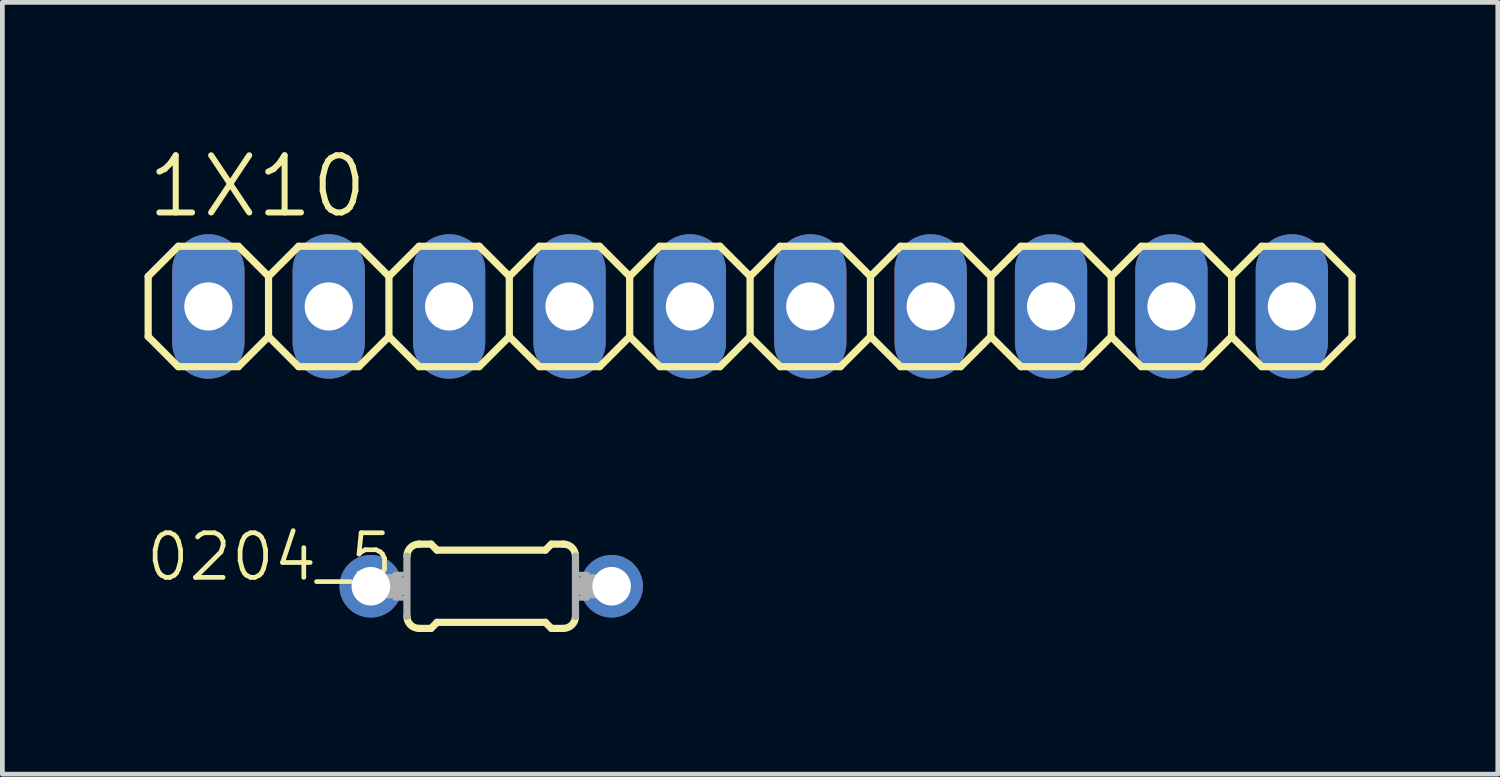
<source format=kicad_pcb>
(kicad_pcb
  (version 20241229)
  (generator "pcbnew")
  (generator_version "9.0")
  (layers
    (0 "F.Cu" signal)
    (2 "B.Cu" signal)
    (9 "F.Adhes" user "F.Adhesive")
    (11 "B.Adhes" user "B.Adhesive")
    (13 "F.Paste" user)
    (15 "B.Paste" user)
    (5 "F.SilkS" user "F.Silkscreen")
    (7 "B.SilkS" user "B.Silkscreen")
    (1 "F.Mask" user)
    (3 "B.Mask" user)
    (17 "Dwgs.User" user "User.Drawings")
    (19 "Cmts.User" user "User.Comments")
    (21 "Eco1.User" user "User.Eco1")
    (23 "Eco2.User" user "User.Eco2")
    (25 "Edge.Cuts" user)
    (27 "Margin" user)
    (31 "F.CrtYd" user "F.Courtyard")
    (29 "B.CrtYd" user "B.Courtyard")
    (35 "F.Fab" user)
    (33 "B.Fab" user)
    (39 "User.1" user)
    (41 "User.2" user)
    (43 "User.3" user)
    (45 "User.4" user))
  (footprint "1X10"
    (layer "F.Cu")
    (at 12.776 3.416)
    (property "Reference" "1X10" (at -12.776 -1.829 0) (layer "F.SilkS") (effects (font (size 1.206 1.206) (thickness 0.127)) (justify left bottom)))
    (attr through_hole)
    (fp_line (start -12.7 -0.635) (end -12.7 0.635) (stroke (width 0.152) (type solid)) (layer "F.SilkS"))
    (fp_line (start -12.7 0.635) (end -12.065 1.27) (stroke (width 0.152) (type solid)) (layer "F.SilkS"))
    (fp_line (start -12.065 -1.27) (end -12.7 -0.635) (stroke (width 0.152) (type solid)) (layer "F.SilkS"))
    (fp_line (start -12.065 -1.27) (end -10.795 -1.27) (stroke (width 0.152) (type solid)) (layer "F.SilkS"))
    (fp_line (start -10.795 -1.27) (end -10.16 -0.635) (stroke (width 0.152) (type solid)) (layer "F.SilkS"))
    (fp_line (start -10.795 1.27) (end -12.065 1.27) (stroke (width 0.152) (type solid)) (layer "F.SilkS"))
    (fp_line (start -10.16 -0.635) (end -10.16 0.635) (stroke (width 0.152) (type solid)) (layer "F.SilkS"))
    (fp_line (start -10.16 -0.635) (end -9.525 -1.27) (stroke (width 0.152) (type solid)) (layer "F.SilkS"))
    (fp_line (start -10.16 0.635) (end -10.795 1.27) (stroke (width 0.152) (type solid)) (layer "F.SilkS"))
    (fp_line (start -9.525 -1.27) (end -8.255 -1.27) (stroke (width 0.152) (type solid)) (layer "F.SilkS"))
    (fp_line (start -9.525 1.27) (end -10.16 0.635) (stroke (width 0.152) (type solid)) (layer "F.SilkS"))
    (fp_line (start -8.255 -1.27) (end -7.62 -0.635) (stroke (width 0.152) (type solid)) (layer "F.SilkS"))
    (fp_line (start -8.255 1.27) (end -9.525 1.27) (stroke (width 0.152) (type solid)) (layer "F.SilkS"))
    (fp_line (start -7.62 -0.635) (end -7.62 0.635) (stroke (width 0.152) (type solid)) (layer "F.SilkS"))
    (fp_line (start -7.62 -0.635) (end -6.985 -1.27) (stroke (width 0.152) (type solid)) (layer "F.SilkS"))
    (fp_line (start -7.62 0.635) (end -8.255 1.27) (stroke (width 0.152) (type solid)) (layer "F.SilkS"))
    (fp_line (start -6.985 -1.27) (end -5.715 -1.27) (stroke (width 0.152) (type solid)) (layer "F.SilkS"))
    (fp_line (start -6.985 1.27) (end -7.62 0.635) (stroke (width 0.152) (type solid)) (layer "F.SilkS"))
    (fp_line (start -5.715 -1.27) (end -5.08 -0.635) (stroke (width 0.152) (type solid)) (layer "F.SilkS"))
    (fp_line (start -5.715 1.27) (end -6.985 1.27) (stroke (width 0.152) (type solid)) (layer "F.SilkS"))
    (fp_line (start -5.08 -0.635) (end -5.08 0.635) (stroke (width 0.152) (type solid)) (layer "F.SilkS"))
    (fp_line (start -5.08 0.635) (end -5.715 1.27) (stroke (width 0.152) (type solid)) (layer "F.SilkS"))
    (fp_line (start -5.08 0.635) (end -4.445 1.27) (stroke (width 0.152) (type solid)) (layer "F.SilkS"))
    (fp_line (start -4.445 -1.27) (end -5.08 -0.635) (stroke (width 0.152) (type solid)) (layer "F.SilkS"))
    (fp_line (start -4.445 -1.27) (end -3.175 -1.27) (stroke (width 0.152) (type solid)) (layer "F.SilkS"))
    (fp_line (start -3.175 -1.27) (end -2.54 -0.635) (stroke (width 0.152) (type solid)) (layer "F.SilkS"))
    (fp_line (start -3.175 1.27) (end -4.445 1.27) (stroke (width 0.152) (type solid)) (layer "F.SilkS"))
    (fp_line (start -2.54 -0.635) (end -2.54 0.635) (stroke (width 0.152) (type solid)) (layer "F.SilkS"))
    (fp_line (start -2.54 -0.635) (end -1.905 -1.27) (stroke (width 0.152) (type solid)) (layer "F.SilkS"))
    (fp_line (start -2.54 0.635) (end -3.175 1.27) (stroke (width 0.152) (type solid)) (layer "F.SilkS"))
    (fp_line (start -1.905 -1.27) (end -0.635 -1.27) (stroke (width 0.152) (type solid)) (layer "F.SilkS"))
    (fp_line (start -1.905 1.27) (end -2.54 0.635) (stroke (width 0.152) (type solid)) (layer "F.SilkS"))
    (fp_line (start -0.635 -1.27) (end 0 -0.635) (stroke (width 0.152) (type solid)) (layer "F.SilkS"))
    (fp_line (start -0.635 1.27) (end -1.905 1.27) (stroke (width 0.152) (type solid)) (layer "F.SilkS"))
    (fp_line (start 0 -0.635) (end 0 0.635) (stroke (width 0.152) (type solid)) (layer "F.SilkS"))
    (fp_line (start 0 -0.635) (end 0.635 -1.27) (stroke (width 0.152) (type solid)) (layer "F.SilkS"))
    (fp_line (start 0 0.635) (end -0.635 1.27) (stroke (width 0.152) (type solid)) (layer "F.SilkS"))
    (fp_line (start 0.635 -1.27) (end 1.905 -1.27) (stroke (width 0.152) (type solid)) (layer "F.SilkS"))
    (fp_line (start 0.635 1.27) (end 0 0.635) (stroke (width 0.152) (type solid)) (layer "F.SilkS"))
    (fp_line (start 1.905 -1.27) (end 2.54 -0.635) (stroke (width 0.152) (type solid)) (layer "F.SilkS"))
    (fp_line (start 1.905 1.27) (end 0.635 1.27) (stroke (width 0.152) (type solid)) (layer "F.SilkS"))
    (fp_line (start 2.54 -0.635) (end 2.54 0.635) (stroke (width 0.152) (type solid)) (layer "F.SilkS"))
    (fp_line (start 2.54 0.635) (end 1.905 1.27) (stroke (width 0.152) (type solid)) (layer "F.SilkS"))
    (fp_line (start 2.54 0.635) (end 3.175 1.27) (stroke (width 0.152) (type solid)) (layer "F.SilkS"))
    (fp_line (start 3.175 -1.27) (end 2.54 -0.635) (stroke (width 0.152) (type solid)) (layer "F.SilkS"))
    (fp_line (start 3.175 -1.27) (end 4.445 -1.27) (stroke (width 0.152) (type solid)) (layer "F.SilkS"))
    (fp_line (start 4.445 -1.27) (end 5.08 -0.635) (stroke (width 0.152) (type solid)) (layer "F.SilkS"))
    (fp_line (start 4.445 1.27) (end 3.175 1.27) (stroke (width 0.152) (type solid)) (layer "F.SilkS"))
    (fp_line (start 5.08 -0.635) (end 5.08 0.635) (stroke (width 0.152) (type solid)) (layer "F.SilkS"))
    (fp_line (start 5.08 -0.635) (end 5.715 -1.27) (stroke (width 0.152) (type solid)) (layer "F.SilkS"))
    (fp_line (start 5.08 0.635) (end 4.445 1.27) (stroke (width 0.152) (type solid)) (layer "F.SilkS"))
    (fp_line (start 5.715 -1.27) (end 6.985 -1.27) (stroke (width 0.152) (type solid)) (layer "F.SilkS"))
    (fp_line (start 5.715 1.27) (end 5.08 0.635) (stroke (width 0.152) (type solid)) (layer "F.SilkS"))
    (fp_line (start 6.985 -1.27) (end 7.62 -0.635) (stroke (width 0.152) (type solid)) (layer "F.SilkS"))
    (fp_line (start 6.985 1.27) (end 5.715 1.27) (stroke (width 0.152) (type solid)) (layer "F.SilkS"))
    (fp_line (start 7.62 -0.635) (end 7.62 0.635) (stroke (width 0.152) (type solid)) (layer "F.SilkS"))
    (fp_line (start 7.62 -0.635) (end 8.255 -1.27) (stroke (width 0.152) (type solid)) (layer "F.SilkS"))
    (fp_line (start 7.62 0.635) (end 6.985 1.27) (stroke (width 0.152) (type solid)) (layer "F.SilkS"))
    (fp_line (start 8.255 -1.27) (end 9.525 -1.27) (stroke (width 0.152) (type solid)) (layer "F.SilkS"))
    (fp_line (start 8.255 1.27) (end 7.62 0.635) (stroke (width 0.152) (type solid)) (layer "F.SilkS"))
    (fp_line (start 9.525 -1.27) (end 10.16 -0.635) (stroke (width 0.152) (type solid)) (layer "F.SilkS"))
    (fp_line (start 9.525 1.27) (end 8.255 1.27) (stroke (width 0.152) (type solid)) (layer "F.SilkS"))
    (fp_line (start 10.16 -0.635) (end 10.16 0.635) (stroke (width 0.152) (type solid)) (layer "F.SilkS"))
    (fp_line (start 10.16 0.635) (end 9.525 1.27) (stroke (width 0.152) (type solid)) (layer "F.SilkS"))
    (fp_line (start 10.16 0.635) (end 10.795 1.27) (stroke (width 0.152) (type solid)) (layer "F.SilkS"))
    (fp_line (start 10.795 -1.27) (end 10.16 -0.635) (stroke (width 0.152) (type solid)) (layer "F.SilkS"))
    (fp_line (start 10.795 -1.27) (end 12.065 -1.27) (stroke (width 0.152) (type solid)) (layer "F.SilkS"))
    (fp_line (start 12.065 -1.27) (end 12.7 -0.635) (stroke (width 0.152) (type solid)) (layer "F.SilkS"))
    (fp_line (start 12.065 1.27) (end 10.795 1.27) (stroke (width 0.152) (type solid)) (layer "F.SilkS"))
    (fp_line (start 12.7 -0.635) (end 12.7 0.635) (stroke (width 0.152) (type solid)) (layer "F.SilkS"))
    (fp_line (start 12.7 0.635) (end 12.065 1.27) (stroke (width 0.152) (type solid)) (layer "F.SilkS"))
    (fp_poly (pts (xy -11.684 0.254) (xy -11.176 0.254) (xy -11.176 -0.254) (xy -11.684 -0.254)) (stroke (width 0.1) (type solid)) (fill no) (layer "F.Fab"))
    (fp_poly (pts (xy -9.144 0.254) (xy -8.636 0.254) (xy -8.636 -0.254) (xy -9.144 -0.254)) (stroke (width 0.1) (type solid)) (fill no) (layer "F.Fab"))
    (fp_poly (pts (xy -6.604 0.254) (xy -6.096 0.254) (xy -6.096 -0.254) (xy -6.604 -0.254)) (stroke (width 0.1) (type solid)) (fill no) (layer "F.Fab"))
    (fp_poly (pts (xy -4.064 0.254) (xy -3.556 0.254) (xy -3.556 -0.254) (xy -4.064 -0.254)) (stroke (width 0.1) (type solid)) (fill no) (layer "F.Fab"))
    (fp_poly (pts (xy -1.524 0.254) (xy -1.016 0.254) (xy -1.016 -0.254) (xy -1.524 -0.254)) (stroke (width 0.1) (type solid)) (fill no) (layer "F.Fab"))
    (fp_poly (pts (xy 1.016 0.254) (xy 1.524 0.254) (xy 1.524 -0.254) (xy 1.016 -0.254)) (stroke (width 0.1) (type solid)) (fill no) (layer "F.Fab"))
    (fp_poly (pts (xy 3.556 0.254) (xy 4.064 0.254) (xy 4.064 -0.254) (xy 3.556 -0.254)) (stroke (width 0.1) (type solid)) (fill no) (layer "F.Fab"))
    (fp_poly (pts (xy 6.096 0.254) (xy 6.604 0.254) (xy 6.604 -0.254) (xy 6.096 -0.254)) (stroke (width 0.1) (type solid)) (fill no) (layer "F.Fab"))
    (fp_poly (pts (xy 8.636 0.254) (xy 9.144 0.254) (xy 9.144 -0.254) (xy 8.636 -0.254)) (stroke (width 0.1) (type solid)) (fill no) (layer "F.Fab"))
    (fp_poly (pts (xy 11.176 0.254) (xy 11.684 0.254) (xy 11.684 -0.254) (xy 11.176 -0.254)) (stroke (width 0.1) (type solid)) (fill no) (layer "F.Fab"))
    (pad "1" thru_hole oval (at -11.43 0 90) (size 3.048 1.524) (drill 1.016) (layers "*.Cu" "*.Mask"))
    (pad "2" thru_hole oval (at -8.89 0 90) (size 3.048 1.524) (drill 1.016) (layers "*.Cu" "*.Mask"))
    (pad "3" thru_hole oval (at -6.35 0 90) (size 3.048 1.524) (drill 1.016) (layers "*.Cu" "*.Mask"))
    (pad "4" thru_hole oval (at -3.81 0 90) (size 3.048 1.524) (drill 1.016) (layers "*.Cu" "*.Mask"))
    (pad "5" thru_hole oval (at -1.27 0 90) (size 3.048 1.524) (drill 1.016) (layers "*.Cu" "*.Mask"))
    (pad "6" thru_hole oval (at 1.27 0 90) (size 3.048 1.524) (drill 1.016) (layers "*.Cu" "*.Mask"))
    (pad "7" thru_hole oval (at 3.81 0 90) (size 3.048 1.524) (drill 1.016) (layers "*.Cu" "*.Mask"))
    (pad "8" thru_hole oval (at 6.35 0 90) (size 3.048 1.524) (drill 1.016) (layers "*.Cu" "*.Mask"))
    (pad "9" thru_hole oval (at 8.89 0 90) (size 3.048 1.524) (drill 1.016) (layers "*.Cu" "*.Mask"))
    (pad "10" thru_hole oval (at 11.43 0 90) (size 3.048 1.524) (drill 1.016) (layers "*.Cu" "*.Mask")))
  (footprint "0204_5"
    (layer "F.Cu")
    (at 7.314 9.319)
    (property "Reference" "0204_5" (at -2.007 -1.168 0) (layer "F.SilkS") (effects (font (size 0.941 0.941) (thickness 0.099)) (justify right top)))
    (attr through_hole)
    (fp_line (start -1.524 -0.889) (end -1.27 -0.889) (stroke (width 0.152) (type solid)) (layer "F.SilkS"))
    (fp_line (start -1.524 0.889) (end -1.27 0.889) (stroke (width 0.152) (type solid)) (layer "F.SilkS"))
    (fp_line (start -1.143 -0.762) (end -1.27 -0.889) (stroke (width 0.152) (type solid)) (layer "F.SilkS"))
    (fp_line (start -1.143 0.762) (end -1.27 0.889) (stroke (width 0.152) (type solid)) (layer "F.SilkS"))
    (fp_line (start 1.143 -0.762) (end -1.143 -0.762) (stroke (width 0.152) (type solid)) (layer "F.SilkS"))
    (fp_line (start 1.143 -0.762) (end 1.27 -0.889) (stroke (width 0.152) (type solid)) (layer "F.SilkS"))
    (fp_line (start 1.143 0.762) (end -1.143 0.762) (stroke (width 0.152) (type solid)) (layer "F.SilkS"))
    (fp_line (start 1.143 0.762) (end 1.27 0.889) (stroke (width 0.152) (type solid)) (layer "F.SilkS"))
    (fp_line (start 1.524 -0.889) (end 1.27 -0.889) (stroke (width 0.152) (type solid)) (layer "F.SilkS"))
    (fp_line (start 1.524 0.889) (end 1.27 0.889) (stroke (width 0.152) (type solid)) (layer "F.SilkS"))
    (fp_arc (start -1.778 -0.635) (mid -1.703605 -0.814605) (end -1.524 -0.889) (stroke (width 0.1524) (type solid)) (layer "F.SilkS"))
    (fp_arc (start -1.524 0.889) (mid -1.703605 0.814605) (end -1.778 0.635) (stroke (width 0.1524) (type solid)) (layer "F.SilkS"))
    (fp_arc (start 1.524 -0.889) (mid 1.703605 -0.814605) (end 1.778 -0.635) (stroke (width 0.1524) (type solid)) (layer "F.SilkS"))
    (fp_arc (start 1.778 0.635) (mid 1.703605 0.814605) (end 1.524 0.889) (stroke (width 0.1524) (type solid)) (layer "F.SilkS"))
    (fp_line (start -2.54 0) (end -2.032 0) (stroke (width 0.508) (type solid)) (layer "F.Fab"))
    (fp_line (start -1.778 0.635) (end -1.778 -0.635) (stroke (width 0.152) (type solid)) (layer "F.Fab"))
    (fp_line (start 1.778 0.635) (end 1.778 -0.635) (stroke (width 0.152) (type solid)) (layer "F.Fab"))
    (fp_line (start 2.54 0) (end 2.032 0) (stroke (width 0.508) (type solid)) (layer "F.Fab"))
    (fp_poly (pts (xy -2.032 0.254) (xy -1.778 0.254) (xy -1.778 -0.254) (xy -2.032 -0.254)) (stroke (width 0.1) (type solid)) (fill no) (layer "F.Fab"))
    (fp_poly (pts (xy 1.778 0.254) (xy 2.032 0.254) (xy 2.032 -0.254) (xy 1.778 -0.254)) (stroke (width 0.1) (type solid)) (fill no) (layer "F.Fab"))
    (pad "1" thru_hole circle (at -2.54 0) (size 1.321 1.321) (drill 0.813) (layers "*.Cu" "*.Mask"))
    (pad "2" thru_hole circle (at 2.54 0) (size 1.321 1.321) (drill 0.813) (layers "*.Cu" "*.Mask")))
  (gr_rect
    (start -3 -3)
    (end 28.552 13.284)
    (stroke (width 0.1) (type default))
    (fill no)
    (layer "Edge.Cuts")))
</source>
